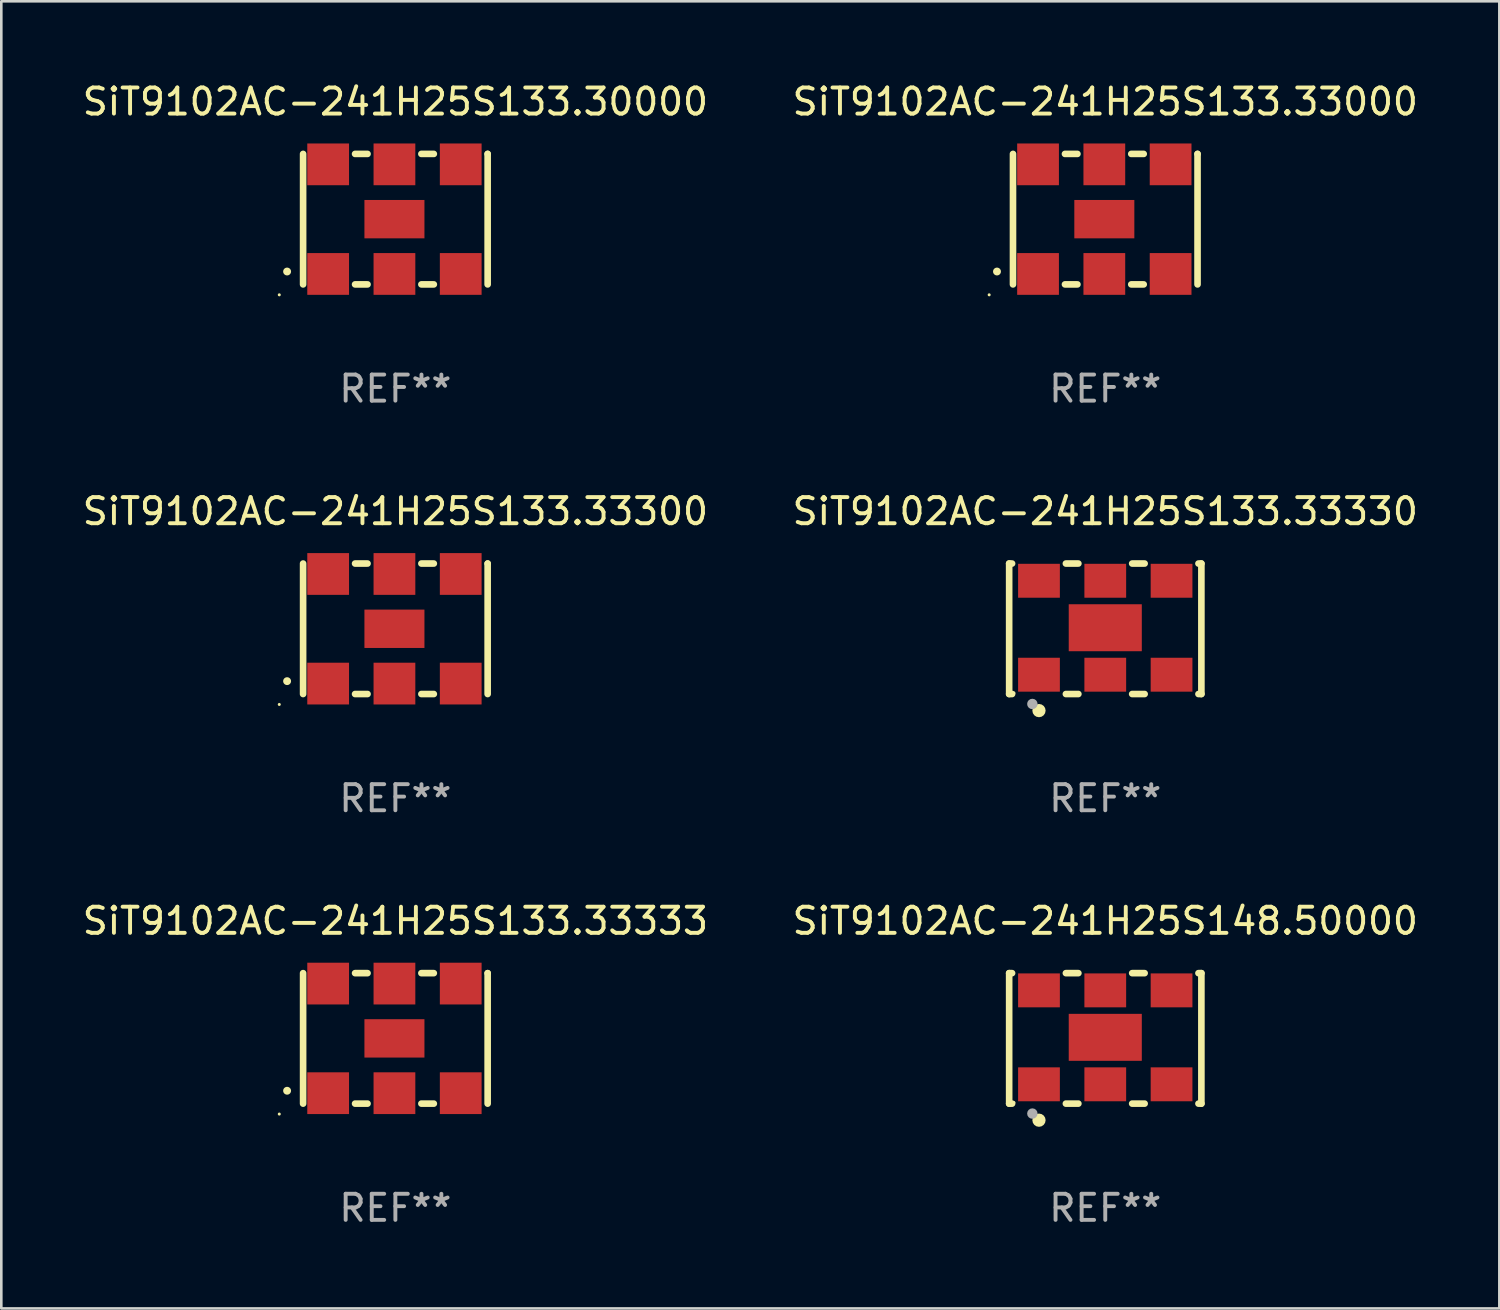
<source format=kicad_pcb>
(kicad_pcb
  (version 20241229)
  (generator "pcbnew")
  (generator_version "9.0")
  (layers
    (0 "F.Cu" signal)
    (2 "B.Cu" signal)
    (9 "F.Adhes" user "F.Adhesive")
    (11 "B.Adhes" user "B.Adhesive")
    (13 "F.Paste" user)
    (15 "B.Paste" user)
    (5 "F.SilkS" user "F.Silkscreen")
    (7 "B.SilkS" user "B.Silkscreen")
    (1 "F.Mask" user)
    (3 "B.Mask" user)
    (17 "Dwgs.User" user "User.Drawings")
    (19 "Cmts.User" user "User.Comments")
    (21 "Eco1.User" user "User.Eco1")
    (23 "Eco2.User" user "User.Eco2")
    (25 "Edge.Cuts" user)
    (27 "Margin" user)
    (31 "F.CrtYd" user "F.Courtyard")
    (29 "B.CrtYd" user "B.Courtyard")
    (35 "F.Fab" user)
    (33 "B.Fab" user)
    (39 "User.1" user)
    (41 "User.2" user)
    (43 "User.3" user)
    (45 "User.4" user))
  (footprint "SiT9102AC-241H25S133.33300"
    (layer "F.Cu")
    (at 12.101 21.045)
    (property "Reference" "SiT9102AC-241H25S133.33300" (at 0 -4.5 0) (layer "F.SilkS") (effects (font (size 1 1) (thickness 0.15))))
    (attr through_hole)
    (fp_line (start -3.536 -2.5) (end -3.536 2.5) (stroke (width 0.254) (type solid)) (layer "F.SilkS"))
    (fp_line (start -1.544 2.5) (end -1.067 2.5) (stroke (width 0.254) (type solid)) (layer "F.SilkS"))
    (fp_line (start -1.067 -2.5) (end -1.544 -2.5) (stroke (width 0.254) (type solid)) (layer "F.SilkS"))
    (fp_line (start 0.996 2.5) (end 1.473 2.5) (stroke (width 0.254) (type solid)) (layer "F.SilkS"))
    (fp_line (start 1.473 -2.5) (end 0.996 -2.5) (stroke (width 0.254) (type solid)) (layer "F.SilkS"))
    (fp_line (start 3.536 -2.5) (end 3.536 -2.5) (stroke (width 0.254) (type solid)) (layer "F.SilkS"))
    (fp_line (start 3.536 2.5) (end 3.536 -2.5) (stroke (width 0.254) (type solid)) (layer "F.SilkS"))
    (fp_arc (start -4.150432 2.006604) (mid -4.149162 2.006599) (end -4.147892 2.006604) (stroke (width 0.3) (type solid)) (layer "F.SilkS"))
    (fp_circle (center -4.449 2.9) (end -4.419 2.9) (stroke (width 0.06) (type solid)) (fill no) (layer "F.SilkS"))
    (fp_text user "REF**" (at 0 6.5 0) (layer "F.Fab") (effects (font (size 1 1) (thickness 0.15))))
    (pad "1" smd rect (at -2.576 2.1) (size 1.6 1.6) (layers "F.Cu" "F.Mask" "F.Paste"))
    (pad "2" smd rect (at -0.036 2.1) (size 1.6 1.6) (layers "F.Cu" "F.Mask" "F.Paste"))
    (pad "3" smd rect (at 2.504 2.1) (size 1.6 1.6) (layers "F.Cu" "F.Mask" "F.Paste"))
    (pad "4" smd rect (at 2.504 -2.1) (size 1.6 1.6) (layers "F.Cu" "F.Mask" "F.Paste"))
    (pad "5" smd rect (at -0.036 -2.1) (size 1.6 1.6) (layers "F.Cu" "F.Mask" "F.Paste"))
    (pad "6" smd rect (at -2.576 -2.1) (size 1.6 1.6) (layers "F.Cu" "F.Mask" "F.Paste"))
    (pad "7" smd rect (at -0.036 0) (size 2.3 1.47) (layers "F.Cu" "F.Mask" "F.Paste")))
  (footprint "SiT9102AC-241H25S133.33330"
    (layer "F.Cu")
    (at 39.304 21.045)
    (property "Reference" "SiT9102AC-241H25S133.33330" (at 0 -4.5 0) (layer "F.SilkS") (effects (font (size 1 1) (thickness 0.15))))
    (attr through_hole)
    (fp_line (start -3.683 -2.5) (end -3.571 -2.5) (stroke (width 0.254) (type solid)) (layer "F.SilkS"))
    (fp_line (start -3.683 2.5) (end -3.683 -2.5) (stroke (width 0.254) (type solid)) (layer "F.SilkS"))
    (fp_line (start -3.683 2.5) (end -3.571 2.5) (stroke (width 0.254) (type solid)) (layer "F.SilkS"))
    (fp_line (start -1.509 -2.5) (end -1.031 -2.5) (stroke (width 0.254) (type solid)) (layer "F.SilkS"))
    (fp_line (start -1.509 2.5) (end -1.031 2.5) (stroke (width 0.254) (type solid)) (layer "F.SilkS"))
    (fp_line (start 1.031 -2.5) (end 1.509 -2.5) (stroke (width 0.254) (type solid)) (layer "F.SilkS"))
    (fp_line (start 1.031 2.5) (end 1.509 2.5) (stroke (width 0.254) (type solid)) (layer "F.SilkS"))
    (fp_line (start 3.571 -2.5) (end 3.683 -2.5) (stroke (width 0.254) (type solid)) (layer "F.SilkS"))
    (fp_line (start 3.571 2.5) (end 3.683 2.5) (stroke (width 0.254) (type solid)) (layer "F.SilkS"))
    (fp_line (start 3.683 2.5) (end 3.683 -2.5) (stroke (width 0.254) (type solid)) (layer "F.SilkS"))
    (fp_circle (center -3.5 2.46) (end -3.47 2.46) (stroke (width 0.06) (type solid)) (fill no) (layer "F.SilkS"))
    (fp_circle (center -2.54 3.135) (end -2.413 3.135) (stroke (width 0.254) (type solid)) (fill no) (layer "F.SilkS"))
    (fp_circle (center -2.794 2.881) (end -2.694 2.881) (stroke (width 0.2) (type solid)) (fill no) (layer "F.Fab"))
    (fp_text user "REF**" (at 0 6.5 0) (layer "F.Fab") (effects (font (size 1 1) (thickness 0.15))))
    (pad "1" smd rect (at -2.54 1.76) (size 1.6 1.3) (layers "F.Cu" "F.Mask" "F.Paste"))
    (pad "2" smd rect (at 0 1.76) (size 1.6 1.3) (layers "F.Cu" "F.Mask" "F.Paste"))
    (pad "3" smd rect (at 2.54 1.76) (size 1.6 1.3) (layers "F.Cu" "F.Mask" "F.Paste"))
    (pad "4" smd rect (at 2.54 -1.84) (size 1.6 1.3) (layers "F.Cu" "F.Mask" "F.Paste"))
    (pad "5" smd rect (at 0 -1.84) (size 1.6 1.3) (layers "F.Cu" "F.Mask" "F.Paste"))
    (pad "6" smd rect (at -2.54 -1.84) (size 1.6 1.3) (layers "F.Cu" "F.Mask" "F.Paste"))
    (pad "7" smd rect (at 0 -0.04) (size 2.8 1.8) (layers "F.Cu" "F.Mask" "F.Paste")))
  (footprint "SiT9102AC-241H25S148.50000"
    (layer "F.Cu")
    (at 39.304 36.741)
    (property "Reference" "SiT9102AC-241H25S148.50000" (at 0 -4.5 0) (layer "F.SilkS") (effects (font (size 1 1) (thickness 0.15))))
    (attr through_hole)
    (fp_line (start -3.683 -2.5) (end -3.571 -2.5) (stroke (width 0.254) (type solid)) (layer "F.SilkS"))
    (fp_line (start -3.683 2.5) (end -3.683 -2.5) (stroke (width 0.254) (type solid)) (layer "F.SilkS"))
    (fp_line (start -3.683 2.5) (end -3.571 2.5) (stroke (width 0.254) (type solid)) (layer "F.SilkS"))
    (fp_line (start -1.509 -2.5) (end -1.031 -2.5) (stroke (width 0.254) (type solid)) (layer "F.SilkS"))
    (fp_line (start -1.509 2.5) (end -1.031 2.5) (stroke (width 0.254) (type solid)) (layer "F.SilkS"))
    (fp_line (start 1.031 -2.5) (end 1.509 -2.5) (stroke (width 0.254) (type solid)) (layer "F.SilkS"))
    (fp_line (start 1.031 2.5) (end 1.509 2.5) (stroke (width 0.254) (type solid)) (layer "F.SilkS"))
    (fp_line (start 3.571 -2.5) (end 3.683 -2.5) (stroke (width 0.254) (type solid)) (layer "F.SilkS"))
    (fp_line (start 3.571 2.5) (end 3.683 2.5) (stroke (width 0.254) (type solid)) (layer "F.SilkS"))
    (fp_line (start 3.683 2.5) (end 3.683 -2.5) (stroke (width 0.254) (type solid)) (layer "F.SilkS"))
    (fp_circle (center -3.5 2.46) (end -3.47 2.46) (stroke (width 0.06) (type solid)) (fill no) (layer "F.SilkS"))
    (fp_circle (center -2.54 3.135) (end -2.413 3.135) (stroke (width 0.254) (type solid)) (fill no) (layer "F.SilkS"))
    (fp_circle (center -2.794 2.881) (end -2.694 2.881) (stroke (width 0.2) (type solid)) (fill no) (layer "F.Fab"))
    (fp_text user "REF**" (at 0 6.5 0) (layer "F.Fab") (effects (font (size 1 1) (thickness 0.15))))
    (pad "1" smd rect (at -2.54 1.76) (size 1.6 1.3) (layers "F.Cu" "F.Mask" "F.Paste"))
    (pad "2" smd rect (at 0 1.76) (size 1.6 1.3) (layers "F.Cu" "F.Mask" "F.Paste"))
    (pad "3" smd rect (at 2.54 1.76) (size 1.6 1.3) (layers "F.Cu" "F.Mask" "F.Paste"))
    (pad "4" smd rect (at 2.54 -1.84) (size 1.6 1.3) (layers "F.Cu" "F.Mask" "F.Paste"))
    (pad "5" smd rect (at 0 -1.84) (size 1.6 1.3) (layers "F.Cu" "F.Mask" "F.Paste"))
    (pad "6" smd rect (at -2.54 -1.84) (size 1.6 1.3) (layers "F.Cu" "F.Mask" "F.Paste"))
    (pad "7" smd rect (at 0 -0.04) (size 2.8 1.8) (layers "F.Cu" "F.Mask" "F.Paste")))
  (footprint "SiT9102AC-241H25S133.33333"
    (layer "F.Cu")
    (at 12.101 36.741)
    (property "Reference" "SiT9102AC-241H25S133.33333" (at 0 -4.5 0) (layer "F.SilkS") (effects (font (size 1 1) (thickness 0.15))))
    (attr through_hole)
    (fp_line (start -3.536 -2.5) (end -3.536 2.5) (stroke (width 0.254) (type solid)) (layer "F.SilkS"))
    (fp_line (start -1.544 2.5) (end -1.067 2.5) (stroke (width 0.254) (type solid)) (layer "F.SilkS"))
    (fp_line (start -1.067 -2.5) (end -1.544 -2.5) (stroke (width 0.254) (type solid)) (layer "F.SilkS"))
    (fp_line (start 0.996 2.5) (end 1.473 2.5) (stroke (width 0.254) (type solid)) (layer "F.SilkS"))
    (fp_line (start 1.473 -2.5) (end 0.996 -2.5) (stroke (width 0.254) (type solid)) (layer "F.SilkS"))
    (fp_line (start 3.536 -2.5) (end 3.536 -2.5) (stroke (width 0.254) (type solid)) (layer "F.SilkS"))
    (fp_line (start 3.536 2.5) (end 3.536 -2.5) (stroke (width 0.254) (type solid)) (layer "F.SilkS"))
    (fp_arc (start -4.150432 2.006604) (mid -4.149162 2.006599) (end -4.147892 2.006604) (stroke (width 0.3) (type solid)) (layer "F.SilkS"))
    (fp_circle (center -4.449 2.9) (end -4.419 2.9) (stroke (width 0.06) (type solid)) (fill no) (layer "F.SilkS"))
    (fp_text user "REF**" (at 0 6.5 0) (layer "F.Fab") (effects (font (size 1 1) (thickness 0.15))))
    (pad "1" smd rect (at -2.576 2.1) (size 1.6 1.6) (layers "F.Cu" "F.Mask" "F.Paste"))
    (pad "2" smd rect (at -0.036 2.1) (size 1.6 1.6) (layers "F.Cu" "F.Mask" "F.Paste"))
    (pad "3" smd rect (at 2.504 2.1) (size 1.6 1.6) (layers "F.Cu" "F.Mask" "F.Paste"))
    (pad "4" smd rect (at 2.504 -2.1) (size 1.6 1.6) (layers "F.Cu" "F.Mask" "F.Paste"))
    (pad "5" smd rect (at -0.036 -2.1) (size 1.6 1.6) (layers "F.Cu" "F.Mask" "F.Paste"))
    (pad "6" smd rect (at -2.576 -2.1) (size 1.6 1.6) (layers "F.Cu" "F.Mask" "F.Paste"))
    (pad "7" smd rect (at -0.036 0) (size 2.3 1.47) (layers "F.Cu" "F.Mask" "F.Paste")))
  (footprint "SiT9102AC-241H25S133.30000"
    (layer "F.Cu")
    (at 12.101 5.348)
    (property "Reference" "SiT9102AC-241H25S133.30000" (at 0 -4.5 0) (layer "F.SilkS") (effects (font (size 1 1) (thickness 0.15))))
    (attr through_hole)
    (fp_line (start -3.536 -2.5) (end -3.536 2.5) (stroke (width 0.254) (type solid)) (layer "F.SilkS"))
    (fp_line (start -1.544 2.5) (end -1.067 2.5) (stroke (width 0.254) (type solid)) (layer "F.SilkS"))
    (fp_line (start -1.067 -2.5) (end -1.544 -2.5) (stroke (width 0.254) (type solid)) (layer "F.SilkS"))
    (fp_line (start 0.996 2.5) (end 1.473 2.5) (stroke (width 0.254) (type solid)) (layer "F.SilkS"))
    (fp_line (start 1.473 -2.5) (end 0.996 -2.5) (stroke (width 0.254) (type solid)) (layer "F.SilkS"))
    (fp_line (start 3.536 -2.5) (end 3.536 -2.5) (stroke (width 0.254) (type solid)) (layer "F.SilkS"))
    (fp_line (start 3.536 2.5) (end 3.536 -2.5) (stroke (width 0.254) (type solid)) (layer "F.SilkS"))
    (fp_arc (start -4.150432 2.006604) (mid -4.149162 2.006599) (end -4.147892 2.006604) (stroke (width 0.3) (type solid)) (layer "F.SilkS"))
    (fp_circle (center -4.449 2.9) (end -4.419 2.9) (stroke (width 0.06) (type solid)) (fill no) (layer "F.SilkS"))
    (fp_text user "REF**" (at 0 6.5 0) (layer "F.Fab") (effects (font (size 1 1) (thickness 0.15))))
    (pad "1" smd rect (at -2.576 2.1) (size 1.6 1.6) (layers "F.Cu" "F.Mask" "F.Paste"))
    (pad "2" smd rect (at -0.036 2.1) (size 1.6 1.6) (layers "F.Cu" "F.Mask" "F.Paste"))
    (pad "3" smd rect (at 2.504 2.1) (size 1.6 1.6) (layers "F.Cu" "F.Mask" "F.Paste"))
    (pad "4" smd rect (at 2.504 -2.1) (size 1.6 1.6) (layers "F.Cu" "F.Mask" "F.Paste"))
    (pad "5" smd rect (at -0.036 -2.1) (size 1.6 1.6) (layers "F.Cu" "F.Mask" "F.Paste"))
    (pad "6" smd rect (at -2.576 -2.1) (size 1.6 1.6) (layers "F.Cu" "F.Mask" "F.Paste"))
    (pad "7" smd rect (at -0.036 0) (size 2.3 1.47) (layers "F.Cu" "F.Mask" "F.Paste")))
  (footprint "SiT9102AC-241H25S133.33000"
    (layer "F.Cu")
    (at 39.304 5.348)
    (property "Reference" "SiT9102AC-241H25S133.33000" (at 0 -4.5 0) (layer "F.SilkS") (effects (font (size 1 1) (thickness 0.15))))
    (attr through_hole)
    (fp_line (start -3.536 -2.5) (end -3.536 2.5) (stroke (width 0.254) (type solid)) (layer "F.SilkS"))
    (fp_line (start -1.544 2.5) (end -1.067 2.5) (stroke (width 0.254) (type solid)) (layer "F.SilkS"))
    (fp_line (start -1.067 -2.5) (end -1.544 -2.5) (stroke (width 0.254) (type solid)) (layer "F.SilkS"))
    (fp_line (start 0.996 2.5) (end 1.473 2.5) (stroke (width 0.254) (type solid)) (layer "F.SilkS"))
    (fp_line (start 1.473 -2.5) (end 0.996 -2.5) (stroke (width 0.254) (type solid)) (layer "F.SilkS"))
    (fp_line (start 3.536 -2.5) (end 3.536 -2.5) (stroke (width 0.254) (type solid)) (layer "F.SilkS"))
    (fp_line (start 3.536 2.5) (end 3.536 -2.5) (stroke (width 0.254) (type solid)) (layer "F.SilkS"))
    (fp_arc (start -4.150432 2.006604) (mid -4.149162 2.006599) (end -4.147892 2.006604) (stroke (width 0.3) (type solid)) (layer "F.SilkS"))
    (fp_circle (center -4.449 2.9) (end -4.419 2.9) (stroke (width 0.06) (type solid)) (fill no) (layer "F.SilkS"))
    (fp_text user "REF**" (at 0 6.5 0) (layer "F.Fab") (effects (font (size 1 1) (thickness 0.15))))
    (pad "1" smd rect (at -2.576 2.1) (size 1.6 1.6) (layers "F.Cu" "F.Mask" "F.Paste"))
    (pad "2" smd rect (at -0.036 2.1) (size 1.6 1.6) (layers "F.Cu" "F.Mask" "F.Paste"))
    (pad "3" smd rect (at 2.504 2.1) (size 1.6 1.6) (layers "F.Cu" "F.Mask" "F.Paste"))
    (pad "4" smd rect (at 2.504 -2.1) (size 1.6 1.6) (layers "F.Cu" "F.Mask" "F.Paste"))
    (pad "5" smd rect (at -0.036 -2.1) (size 1.6 1.6) (layers "F.Cu" "F.Mask" "F.Paste"))
    (pad "6" smd rect (at -2.576 -2.1) (size 1.6 1.6) (layers "F.Cu" "F.Mask" "F.Paste"))
    (pad "7" smd rect (at -0.036 0) (size 2.3 1.47) (layers "F.Cu" "F.Mask" "F.Paste")))
  (gr_rect
    (start -3 -3)
    (end 54.405 47.09)
    (stroke (width 0.1) (type default))
    (fill no)
    (layer "Edge.Cuts")))
</source>
